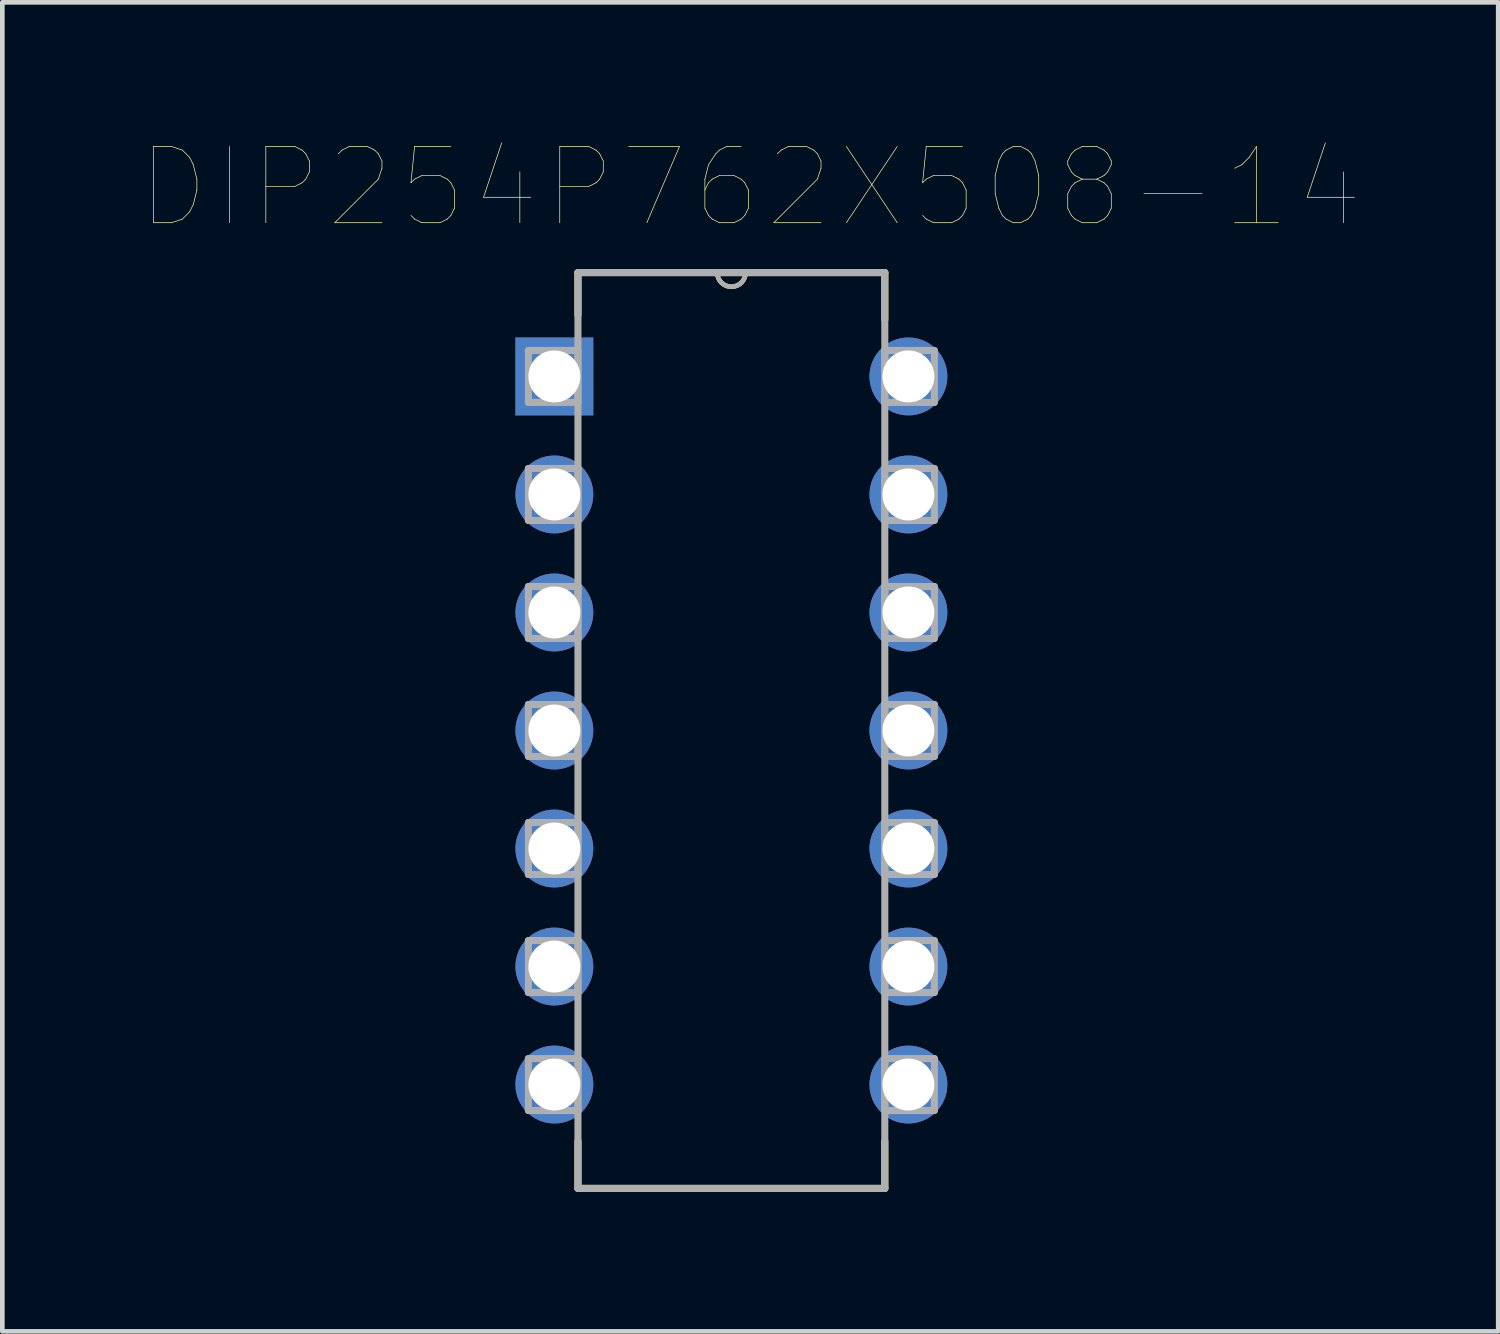
<source format=kicad_pcb>
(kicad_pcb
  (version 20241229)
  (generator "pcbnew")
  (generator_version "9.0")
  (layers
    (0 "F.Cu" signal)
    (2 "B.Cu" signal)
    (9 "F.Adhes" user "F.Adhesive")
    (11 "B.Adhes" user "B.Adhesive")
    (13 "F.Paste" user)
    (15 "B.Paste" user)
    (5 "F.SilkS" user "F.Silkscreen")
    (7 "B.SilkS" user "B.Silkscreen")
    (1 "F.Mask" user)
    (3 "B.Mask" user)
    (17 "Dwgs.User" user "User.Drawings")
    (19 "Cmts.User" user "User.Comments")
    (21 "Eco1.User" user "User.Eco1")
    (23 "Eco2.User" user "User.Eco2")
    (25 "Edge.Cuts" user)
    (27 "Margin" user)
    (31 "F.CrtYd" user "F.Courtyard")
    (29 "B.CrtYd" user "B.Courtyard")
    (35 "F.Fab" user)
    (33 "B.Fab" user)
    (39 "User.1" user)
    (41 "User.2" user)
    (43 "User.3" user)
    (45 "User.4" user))
  (footprint "DIP254P762X508-14"
    (layer "F.Cu")
    (at 16.501 20.292)
    (property "Reference" "DIP254P762X508-14" (at -3.404 -19.307 0) (layer "F.SilkS") (effects (font (size 1.64 1.64) (thickness 0.015))))
    (attr through_hole)
    (fp_line (start -7.112 -17.475) (end -7.112 -16.561) (stroke (width 0.152) (type solid)) (layer "F.SilkS"))
    (fp_line (start -7.112 1.219) (end -7.112 2.235) (stroke (width 0.152) (type solid)) (layer "F.SilkS"))
    (fp_line (start -7.112 2.235) (end -0.508 2.235) (stroke (width 0.152) (type solid)) (layer "F.SilkS"))
    (fp_line (start -4.115 -17.475) (end -7.112 -17.475) (stroke (width 0.152) (type solid)) (layer "F.SilkS"))
    (fp_line (start -3.505 -17.475) (end -4.115 -17.475) (stroke (width 0.152) (type solid)) (layer "F.SilkS"))
    (fp_line (start -0.508 -17.475) (end -3.505 -17.475) (stroke (width 0.152) (type solid)) (layer "F.SilkS"))
    (fp_line (start -0.508 -16.459) (end -0.508 -17.475) (stroke (width 0.152) (type solid)) (layer "F.SilkS"))
    (fp_line (start -0.508 2.235) (end -0.508 1.219) (stroke (width 0.152) (type solid)) (layer "F.SilkS"))
    (fp_arc (start -3.5052 -17.4752) (mid -3.81 -17.1704) (end -4.1148 -17.4752) (stroke (width 0.1) (type solid)) (layer "F.SilkS"))
    (fp_line (start -8.179 -15.799) (end -8.179 -14.681) (stroke (width 0.152) (type solid)) (layer "F.Fab"))
    (fp_line (start -8.179 -14.681) (end -7.112 -14.681) (stroke (width 0.152) (type solid)) (layer "F.Fab"))
    (fp_line (start -8.179 -13.259) (end -8.179 -12.141) (stroke (width 0.152) (type solid)) (layer "F.Fab"))
    (fp_line (start -8.179 -12.141) (end -7.112 -12.141) (stroke (width 0.152) (type solid)) (layer "F.Fab"))
    (fp_line (start -8.179 -10.719) (end -8.179 -9.601) (stroke (width 0.152) (type solid)) (layer "F.Fab"))
    (fp_line (start -8.179 -9.601) (end -7.112 -9.601) (stroke (width 0.152) (type solid)) (layer "F.Fab"))
    (fp_line (start -8.179 -8.179) (end -8.179 -7.061) (stroke (width 0.152) (type solid)) (layer "F.Fab"))
    (fp_line (start -8.179 -7.061) (end -7.112 -7.061) (stroke (width 0.152) (type solid)) (layer "F.Fab"))
    (fp_line (start -8.179 -5.639) (end -8.179 -4.521) (stroke (width 0.152) (type solid)) (layer "F.Fab"))
    (fp_line (start -8.179 -4.521) (end -7.112 -4.521) (stroke (width 0.152) (type solid)) (layer "F.Fab"))
    (fp_line (start -8.179 -3.099) (end -8.179 -1.981) (stroke (width 0.152) (type solid)) (layer "F.Fab"))
    (fp_line (start -8.179 -1.981) (end -7.112 -1.981) (stroke (width 0.152) (type solid)) (layer "F.Fab"))
    (fp_line (start -8.179 -0.559) (end -8.179 0.559) (stroke (width 0.152) (type solid)) (layer "F.Fab"))
    (fp_line (start -8.179 0.559) (end -7.112 0.559) (stroke (width 0.152) (type solid)) (layer "F.Fab"))
    (fp_line (start -7.112 -17.475) (end -7.112 2.235) (stroke (width 0.152) (type solid)) (layer "F.Fab"))
    (fp_line (start -7.112 -15.799) (end -8.179 -15.799) (stroke (width 0.152) (type solid)) (layer "F.Fab"))
    (fp_line (start -7.112 -14.681) (end -7.112 -15.799) (stroke (width 0.152) (type solid)) (layer "F.Fab"))
    (fp_line (start -7.112 -13.259) (end -8.179 -13.259) (stroke (width 0.152) (type solid)) (layer "F.Fab"))
    (fp_line (start -7.112 -12.141) (end -7.112 -13.259) (stroke (width 0.152) (type solid)) (layer "F.Fab"))
    (fp_line (start -7.112 -10.719) (end -8.179 -10.719) (stroke (width 0.152) (type solid)) (layer "F.Fab"))
    (fp_line (start -7.112 -9.601) (end -7.112 -10.719) (stroke (width 0.152) (type solid)) (layer "F.Fab"))
    (fp_line (start -7.112 -8.179) (end -8.179 -8.179) (stroke (width 0.152) (type solid)) (layer "F.Fab"))
    (fp_line (start -7.112 -7.061) (end -7.112 -8.179) (stroke (width 0.152) (type solid)) (layer "F.Fab"))
    (fp_line (start -7.112 -5.639) (end -8.179 -5.639) (stroke (width 0.152) (type solid)) (layer "F.Fab"))
    (fp_line (start -7.112 -4.521) (end -7.112 -5.639) (stroke (width 0.152) (type solid)) (layer "F.Fab"))
    (fp_line (start -7.112 -3.099) (end -8.179 -3.099) (stroke (width 0.152) (type solid)) (layer "F.Fab"))
    (fp_line (start -7.112 -1.981) (end -7.112 -3.099) (stroke (width 0.152) (type solid)) (layer "F.Fab"))
    (fp_line (start -7.112 -0.559) (end -8.179 -0.559) (stroke (width 0.152) (type solid)) (layer "F.Fab"))
    (fp_line (start -7.112 0.559) (end -7.112 -0.559) (stroke (width 0.152) (type solid)) (layer "F.Fab"))
    (fp_line (start -7.112 2.235) (end -0.508 2.235) (stroke (width 0.152) (type solid)) (layer "F.Fab"))
    (fp_line (start -4.115 -17.475) (end -7.112 -17.475) (stroke (width 0.152) (type solid)) (layer "F.Fab"))
    (fp_line (start -3.505 -17.475) (end -4.115 -17.475) (stroke (width 0.152) (type solid)) (layer "F.Fab"))
    (fp_line (start -0.508 -17.475) (end -3.505 -17.475) (stroke (width 0.152) (type solid)) (layer "F.Fab"))
    (fp_line (start -0.508 -15.799) (end -0.508 -14.681) (stroke (width 0.152) (type solid)) (layer "F.Fab"))
    (fp_line (start -0.508 -14.681) (end 0.559 -14.681) (stroke (width 0.152) (type solid)) (layer "F.Fab"))
    (fp_line (start -0.508 -13.259) (end -0.508 -12.141) (stroke (width 0.152) (type solid)) (layer "F.Fab"))
    (fp_line (start -0.508 -12.141) (end 0.559 -12.141) (stroke (width 0.152) (type solid)) (layer "F.Fab"))
    (fp_line (start -0.508 -10.719) (end -0.508 -9.601) (stroke (width 0.152) (type solid)) (layer "F.Fab"))
    (fp_line (start -0.508 -9.601) (end 0.559 -9.601) (stroke (width 0.152) (type solid)) (layer "F.Fab"))
    (fp_line (start -0.508 -8.179) (end -0.508 -7.061) (stroke (width 0.152) (type solid)) (layer "F.Fab"))
    (fp_line (start -0.508 -7.061) (end 0.559 -7.061) (stroke (width 0.152) (type solid)) (layer "F.Fab"))
    (fp_line (start -0.508 -5.639) (end -0.508 -4.521) (stroke (width 0.152) (type solid)) (layer "F.Fab"))
    (fp_line (start -0.508 -4.521) (end 0.559 -4.521) (stroke (width 0.152) (type solid)) (layer "F.Fab"))
    (fp_line (start -0.508 -3.099) (end -0.508 -1.981) (stroke (width 0.152) (type solid)) (layer "F.Fab"))
    (fp_line (start -0.508 -1.981) (end 0.559 -1.981) (stroke (width 0.152) (type solid)) (layer "F.Fab"))
    (fp_line (start -0.508 -0.559) (end -0.508 0.559) (stroke (width 0.152) (type solid)) (layer "F.Fab"))
    (fp_line (start -0.508 0.559) (end 0.559 0.559) (stroke (width 0.152) (type solid)) (layer "F.Fab"))
    (fp_line (start -0.508 2.235) (end -0.508 -17.475) (stroke (width 0.152) (type solid)) (layer "F.Fab"))
    (fp_line (start 0.559 -15.799) (end -0.508 -15.799) (stroke (width 0.152) (type solid)) (layer "F.Fab"))
    (fp_line (start 0.559 -14.681) (end 0.559 -15.799) (stroke (width 0.152) (type solid)) (layer "F.Fab"))
    (fp_line (start 0.559 -13.259) (end -0.508 -13.259) (stroke (width 0.152) (type solid)) (layer "F.Fab"))
    (fp_line (start 0.559 -12.141) (end 0.559 -13.259) (stroke (width 0.152) (type solid)) (layer "F.Fab"))
    (fp_line (start 0.559 -10.719) (end -0.508 -10.719) (stroke (width 0.152) (type solid)) (layer "F.Fab"))
    (fp_line (start 0.559 -9.601) (end 0.559 -10.719) (stroke (width 0.152) (type solid)) (layer "F.Fab"))
    (fp_line (start 0.559 -8.179) (end -0.508 -8.179) (stroke (width 0.152) (type solid)) (layer "F.Fab"))
    (fp_line (start 0.559 -7.061) (end 0.559 -8.179) (stroke (width 0.152) (type solid)) (layer "F.Fab"))
    (fp_line (start 0.559 -5.639) (end -0.508 -5.639) (stroke (width 0.152) (type solid)) (layer "F.Fab"))
    (fp_line (start 0.559 -4.521) (end 0.559 -5.639) (stroke (width 0.152) (type solid)) (layer "F.Fab"))
    (fp_line (start 0.559 -3.099) (end -0.508 -3.099) (stroke (width 0.152) (type solid)) (layer "F.Fab"))
    (fp_line (start 0.559 -1.981) (end 0.559 -3.099) (stroke (width 0.152) (type solid)) (layer "F.Fab"))
    (fp_line (start 0.559 -0.559) (end -0.508 -0.559) (stroke (width 0.152) (type solid)) (layer "F.Fab"))
    (fp_line (start 0.559 0.559) (end 0.559 -0.559) (stroke (width 0.152) (type solid)) (layer "F.Fab"))
    (fp_arc (start -3.5052 -17.4752) (mid -3.81 -17.1704) (end -4.1148 -17.4752) (stroke (width 0.1) (type solid)) (layer "F.Fab"))
    (pad "1" thru_hole rect (at -7.62 -15.24) (size 1.676 1.676) (drill 1.118) (layers "*.Cu" "*.Mask"))
    (pad "2" thru_hole circle (at -7.62 -12.7) (size 1.676 1.676) (drill 1.118) (layers "*.Cu" "*.Mask"))
    (pad "3" thru_hole circle (at -7.62 -10.16) (size 1.676 1.676) (drill 1.118) (layers "*.Cu" "*.Mask"))
    (pad "4" thru_hole circle (at -7.62 -7.62) (size 1.676 1.676) (drill 1.118) (layers "*.Cu" "*.Mask"))
    (pad "5" thru_hole circle (at -7.62 -5.08) (size 1.676 1.676) (drill 1.118) (layers "*.Cu" "*.Mask"))
    (pad "6" thru_hole circle (at -7.62 -2.54) (size 1.676 1.676) (drill 1.118) (layers "*.Cu" "*.Mask"))
    (pad "7" thru_hole circle (at -7.62 0) (size 1.676 1.676) (drill 1.118) (layers "*.Cu" "*.Mask"))
    (pad "8" thru_hole circle (at 0 0) (size 1.676 1.676) (drill 1.118) (layers "*.Cu" "*.Mask"))
    (pad "9" thru_hole circle (at 0 -2.54) (size 1.676 1.676) (drill 1.118) (layers "*.Cu" "*.Mask"))
    (pad "10" thru_hole circle (at 0 -5.08) (size 1.676 1.676) (drill 1.118) (layers "*.Cu" "*.Mask"))
    (pad "11" thru_hole circle (at 0 -7.62) (size 1.676 1.676) (drill 1.118) (layers "*.Cu" "*.Mask"))
    (pad "12" thru_hole circle (at 0 -10.16) (size 1.676 1.676) (drill 1.118) (layers "*.Cu" "*.Mask"))
    (pad "13" thru_hole circle (at 0 -12.7) (size 1.676 1.676) (drill 1.118) (layers "*.Cu" "*.Mask"))
    (pad "14" thru_hole circle (at 0 -15.24) (size 1.676 1.676) (drill 1.118) (layers "*.Cu" "*.Mask")))
  (gr_rect
    (start -3 -3)
    (end 29.195 25.604)
    (stroke (width 0.1) (type default))
    (fill no)
    (layer "Edge.Cuts")))
</source>
